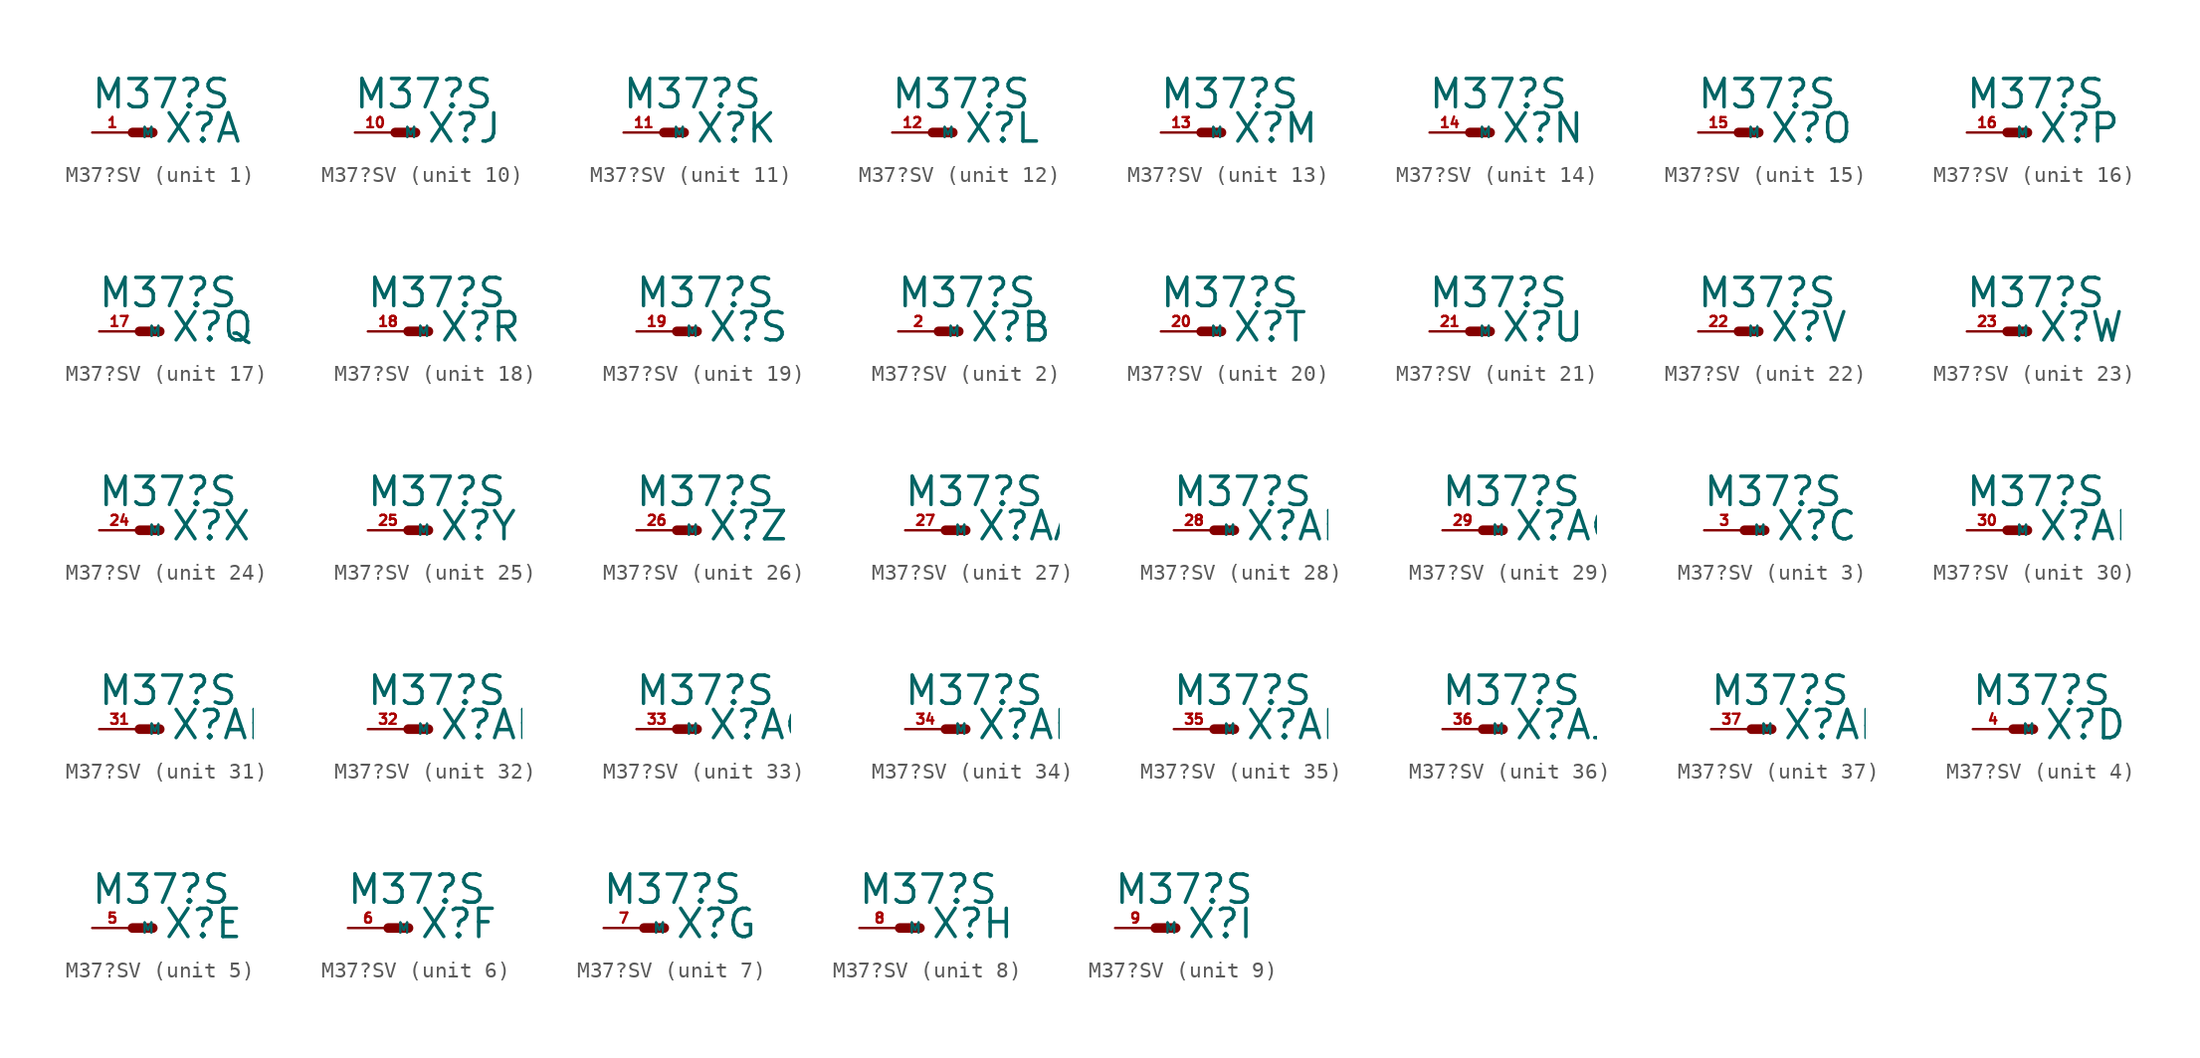
<source format=kicad_sym>
(kicad_symbol_lib
  (version 20220914)
  (generator Eagle2Kicad)
  (symbol "M37?SV"
    (property "Reference" "X"
      (at 1.905 -0.762 0)
      (effects (font (size 1.778 1.778) (thickness 0.22)) (justify left bottom)))
    (property "Value" "M37?S"
      (at -2.667 1.397 0)
      (effects (font (size 1.778 1.778) (thickness 0.22)) (justify left bottom)))
    (symbol "M37?SV_1_0"
      (polyline (pts (xy 0 0) (xy 1.27 0)) (stroke (width 0.61) (type default)) (fill (type none)))
      (pin passive line (at -2.54 0 0) (length 2.54) (name "M" (effects (font (size 0.635 0.635) (thickness 0.08)) (justify left bottom))) (number "1" (effects (font (size 0.635 0.635) (thickness 0.08)) (justify left bottom)))))
    (symbol "M37?SV_2_0"
      (polyline (pts (xy 0 0) (xy 1.27 0)) (stroke (width 0.61) (type default)) (fill (type none)))
      (pin passive line (at -2.54 0 0) (length 2.54) (name "M" (effects (font (size 0.635 0.635) (thickness 0.08)) (justify left bottom))) (number "2" (effects (font (size 0.635 0.635) (thickness 0.08)) (justify left bottom)))))
    (symbol "M37?SV_3_0"
      (polyline (pts (xy 0 0) (xy 1.27 0)) (stroke (width 0.61) (type default)) (fill (type none)))
      (pin passive line (at -2.54 0 0) (length 2.54) (name "M" (effects (font (size 0.635 0.635) (thickness 0.08)) (justify left bottom))) (number "3" (effects (font (size 0.635 0.635) (thickness 0.08)) (justify left bottom)))))
    (symbol "M37?SV_4_0"
      (polyline (pts (xy 0 0) (xy 1.27 0)) (stroke (width 0.61) (type default)) (fill (type none)))
      (pin passive line (at -2.54 0 0) (length 2.54) (name "M" (effects (font (size 0.635 0.635) (thickness 0.08)) (justify left bottom))) (number "4" (effects (font (size 0.635 0.635) (thickness 0.08)) (justify left bottom)))))
    (symbol "M37?SV_5_0"
      (polyline (pts (xy 0 0) (xy 1.27 0)) (stroke (width 0.61) (type default)) (fill (type none)))
      (pin passive line (at -2.54 0 0) (length 2.54) (name "M" (effects (font (size 0.635 0.635) (thickness 0.08)) (justify left bottom))) (number "5" (effects (font (size 0.635 0.635) (thickness 0.08)) (justify left bottom)))))
    (symbol "M37?SV_6_0"
      (polyline (pts (xy 0 0) (xy 1.27 0)) (stroke (width 0.61) (type default)) (fill (type none)))
      (pin passive line (at -2.54 0 0) (length 2.54) (name "M" (effects (font (size 0.635 0.635) (thickness 0.08)) (justify left bottom))) (number "6" (effects (font (size 0.635 0.635) (thickness 0.08)) (justify left bottom)))))
    (symbol "M37?SV_7_0"
      (polyline (pts (xy 0 0) (xy 1.27 0)) (stroke (width 0.61) (type default)) (fill (type none)))
      (pin passive line (at -2.54 0 0) (length 2.54) (name "M" (effects (font (size 0.635 0.635) (thickness 0.08)) (justify left bottom))) (number "7" (effects (font (size 0.635 0.635) (thickness 0.08)) (justify left bottom)))))
    (symbol "M37?SV_8_0"
      (polyline (pts (xy 0 0) (xy 1.27 0)) (stroke (width 0.61) (type default)) (fill (type none)))
      (pin passive line (at -2.54 0 0) (length 2.54) (name "M" (effects (font (size 0.635 0.635) (thickness 0.08)) (justify left bottom))) (number "8" (effects (font (size 0.635 0.635) (thickness 0.08)) (justify left bottom)))))
    (symbol "M37?SV_9_0"
      (polyline (pts (xy 0 0) (xy 1.27 0)) (stroke (width 0.61) (type default)) (fill (type none)))
      (pin passive line (at -2.54 0 0) (length 2.54) (name "M" (effects (font (size 0.635 0.635) (thickness 0.08)) (justify left bottom))) (number "9" (effects (font (size 0.635 0.635) (thickness 0.08)) (justify left bottom)))))
    (symbol "M37?SV_10_0"
      (polyline (pts (xy 0 0) (xy 1.27 0)) (stroke (width 0.61) (type default)) (fill (type none)))
      (pin passive line (at -2.54 0 0) (length 2.54) (name "M" (effects (font (size 0.635 0.635) (thickness 0.08)) (justify left bottom))) (number "10" (effects (font (size 0.635 0.635) (thickness 0.08)) (justify left bottom)))))
    (symbol "M37?SV_11_0"
      (polyline (pts (xy 0 0) (xy 1.27 0)) (stroke (width 0.61) (type default)) (fill (type none)))
      (pin passive line (at -2.54 0 0) (length 2.54) (name "M" (effects (font (size 0.635 0.635) (thickness 0.08)) (justify left bottom))) (number "11" (effects (font (size 0.635 0.635) (thickness 0.08)) (justify left bottom)))))
    (symbol "M37?SV_12_0"
      (polyline (pts (xy 0 0) (xy 1.27 0)) (stroke (width 0.61) (type default)) (fill (type none)))
      (pin passive line (at -2.54 0 0) (length 2.54) (name "M" (effects (font (size 0.635 0.635) (thickness 0.08)) (justify left bottom))) (number "12" (effects (font (size 0.635 0.635) (thickness 0.08)) (justify left bottom)))))
    (symbol "M37?SV_13_0"
      (polyline (pts (xy 0 0) (xy 1.27 0)) (stroke (width 0.61) (type default)) (fill (type none)))
      (pin passive line (at -2.54 0 0) (length 2.54) (name "M" (effects (font (size 0.635 0.635) (thickness 0.08)) (justify left bottom))) (number "13" (effects (font (size 0.635 0.635) (thickness 0.08)) (justify left bottom)))))
    (symbol "M37?SV_14_0"
      (polyline (pts (xy 0 0) (xy 1.27 0)) (stroke (width 0.61) (type default)) (fill (type none)))
      (pin passive line (at -2.54 0 0) (length 2.54) (name "M" (effects (font (size 0.635 0.635) (thickness 0.08)) (justify left bottom))) (number "14" (effects (font (size 0.635 0.635) (thickness 0.08)) (justify left bottom)))))
    (symbol "M37?SV_15_0"
      (polyline (pts (xy 0 0) (xy 1.27 0)) (stroke (width 0.61) (type default)) (fill (type none)))
      (pin passive line (at -2.54 0 0) (length 2.54) (name "M" (effects (font (size 0.635 0.635) (thickness 0.08)) (justify left bottom))) (number "15" (effects (font (size 0.635 0.635) (thickness 0.08)) (justify left bottom)))))
    (symbol "M37?SV_16_0"
      (polyline (pts (xy 0 0) (xy 1.27 0)) (stroke (width 0.61) (type default)) (fill (type none)))
      (pin passive line (at -2.54 0 0) (length 2.54) (name "M" (effects (font (size 0.635 0.635) (thickness 0.08)) (justify left bottom))) (number "16" (effects (font (size 0.635 0.635) (thickness 0.08)) (justify left bottom)))))
    (symbol "M37?SV_17_0"
      (polyline (pts (xy 0 0) (xy 1.27 0)) (stroke (width 0.61) (type default)) (fill (type none)))
      (pin passive line (at -2.54 0 0) (length 2.54) (name "M" (effects (font (size 0.635 0.635) (thickness 0.08)) (justify left bottom))) (number "17" (effects (font (size 0.635 0.635) (thickness 0.08)) (justify left bottom)))))
    (symbol "M37?SV_18_0"
      (polyline (pts (xy 0 0) (xy 1.27 0)) (stroke (width 0.61) (type default)) (fill (type none)))
      (pin passive line (at -2.54 0 0) (length 2.54) (name "M" (effects (font (size 0.635 0.635) (thickness 0.08)) (justify left bottom))) (number "18" (effects (font (size 0.635 0.635) (thickness 0.08)) (justify left bottom)))))
    (symbol "M37?SV_19_0"
      (polyline (pts (xy 0 0) (xy 1.27 0)) (stroke (width 0.61) (type default)) (fill (type none)))
      (pin passive line (at -2.54 0 0) (length 2.54) (name "M" (effects (font (size 0.635 0.635) (thickness 0.08)) (justify left bottom))) (number "19" (effects (font (size 0.635 0.635) (thickness 0.08)) (justify left bottom)))))
    (symbol "M37?SV_20_0"
      (polyline (pts (xy 0 0) (xy 1.27 0)) (stroke (width 0.61) (type default)) (fill (type none)))
      (pin passive line (at -2.54 0 0) (length 2.54) (name "M" (effects (font (size 0.635 0.635) (thickness 0.08)) (justify left bottom))) (number "20" (effects (font (size 0.635 0.635) (thickness 0.08)) (justify left bottom)))))
    (symbol "M37?SV_21_0"
      (polyline (pts (xy 0 0) (xy 1.27 0)) (stroke (width 0.61) (type default)) (fill (type none)))
      (pin passive line (at -2.54 0 0) (length 2.54) (name "M" (effects (font (size 0.635 0.635) (thickness 0.08)) (justify left bottom))) (number "21" (effects (font (size 0.635 0.635) (thickness 0.08)) (justify left bottom)))))
    (symbol "M37?SV_22_0"
      (polyline (pts (xy 0 0) (xy 1.27 0)) (stroke (width 0.61) (type default)) (fill (type none)))
      (pin passive line (at -2.54 0 0) (length 2.54) (name "M" (effects (font (size 0.635 0.635) (thickness 0.08)) (justify left bottom))) (number "22" (effects (font (size 0.635 0.635) (thickness 0.08)) (justify left bottom)))))
    (symbol "M37?SV_23_0"
      (polyline (pts (xy 0 0) (xy 1.27 0)) (stroke (width 0.61) (type default)) (fill (type none)))
      (pin passive line (at -2.54 0 0) (length 2.54) (name "M" (effects (font (size 0.635 0.635) (thickness 0.08)) (justify left bottom))) (number "23" (effects (font (size 0.635 0.635) (thickness 0.08)) (justify left bottom)))))
    (symbol "M37?SV_24_0"
      (polyline (pts (xy 0 0) (xy 1.27 0)) (stroke (width 0.61) (type default)) (fill (type none)))
      (pin passive line (at -2.54 0 0) (length 2.54) (name "M" (effects (font (size 0.635 0.635) (thickness 0.08)) (justify left bottom))) (number "24" (effects (font (size 0.635 0.635) (thickness 0.08)) (justify left bottom)))))
    (symbol "M37?SV_25_0"
      (polyline (pts (xy 0 0) (xy 1.27 0)) (stroke (width 0.61) (type default)) (fill (type none)))
      (pin passive line (at -2.54 0 0) (length 2.54) (name "M" (effects (font (size 0.635 0.635) (thickness 0.08)) (justify left bottom))) (number "25" (effects (font (size 0.635 0.635) (thickness 0.08)) (justify left bottom)))))
    (symbol "M37?SV_26_0"
      (polyline (pts (xy 0 0) (xy 1.27 0)) (stroke (width 0.61) (type default)) (fill (type none)))
      (pin passive line (at -2.54 0 0) (length 2.54) (name "M" (effects (font (size 0.635 0.635) (thickness 0.08)) (justify left bottom))) (number "26" (effects (font (size 0.635 0.635) (thickness 0.08)) (justify left bottom)))))
    (symbol "M37?SV_27_0"
      (polyline (pts (xy 0 0) (xy 1.27 0)) (stroke (width 0.61) (type default)) (fill (type none)))
      (pin passive line (at -2.54 0 0) (length 2.54) (name "M" (effects (font (size 0.635 0.635) (thickness 0.08)) (justify left bottom))) (number "27" (effects (font (size 0.635 0.635) (thickness 0.08)) (justify left bottom)))))
    (symbol "M37?SV_28_0"
      (polyline (pts (xy 0 0) (xy 1.27 0)) (stroke (width 0.61) (type default)) (fill (type none)))
      (pin passive line (at -2.54 0 0) (length 2.54) (name "M" (effects (font (size 0.635 0.635) (thickness 0.08)) (justify left bottom))) (number "28" (effects (font (size 0.635 0.635) (thickness 0.08)) (justify left bottom)))))
    (symbol "M37?SV_29_0"
      (polyline (pts (xy 0 0) (xy 1.27 0)) (stroke (width 0.61) (type default)) (fill (type none)))
      (pin passive line (at -2.54 0 0) (length 2.54) (name "M" (effects (font (size 0.635 0.635) (thickness 0.08)) (justify left bottom))) (number "29" (effects (font (size 0.635 0.635) (thickness 0.08)) (justify left bottom)))))
    (symbol "M37?SV_30_0"
      (polyline (pts (xy 0 0) (xy 1.27 0)) (stroke (width 0.61) (type default)) (fill (type none)))
      (pin passive line (at -2.54 0 0) (length 2.54) (name "M" (effects (font (size 0.635 0.635) (thickness 0.08)) (justify left bottom))) (number "30" (effects (font (size 0.635 0.635) (thickness 0.08)) (justify left bottom)))))
    (symbol "M37?SV_31_0"
      (polyline (pts (xy 0 0) (xy 1.27 0)) (stroke (width 0.61) (type default)) (fill (type none)))
      (pin passive line (at -2.54 0 0) (length 2.54) (name "M" (effects (font (size 0.635 0.635) (thickness 0.08)) (justify left bottom))) (number "31" (effects (font (size 0.635 0.635) (thickness 0.08)) (justify left bottom)))))
    (symbol "M37?SV_32_0"
      (polyline (pts (xy 0 0) (xy 1.27 0)) (stroke (width 0.61) (type default)) (fill (type none)))
      (pin passive line (at -2.54 0 0) (length 2.54) (name "M" (effects (font (size 0.635 0.635) (thickness 0.08)) (justify left bottom))) (number "32" (effects (font (size 0.635 0.635) (thickness 0.08)) (justify left bottom)))))
    (symbol "M37?SV_33_0"
      (polyline (pts (xy 0 0) (xy 1.27 0)) (stroke (width 0.61) (type default)) (fill (type none)))
      (pin passive line (at -2.54 0 0) (length 2.54) (name "M" (effects (font (size 0.635 0.635) (thickness 0.08)) (justify left bottom))) (number "33" (effects (font (size 0.635 0.635) (thickness 0.08)) (justify left bottom)))))
    (symbol "M37?SV_34_0"
      (polyline (pts (xy 0 0) (xy 1.27 0)) (stroke (width 0.61) (type default)) (fill (type none)))
      (pin passive line (at -2.54 0 0) (length 2.54) (name "M" (effects (font (size 0.635 0.635) (thickness 0.08)) (justify left bottom))) (number "34" (effects (font (size 0.635 0.635) (thickness 0.08)) (justify left bottom)))))
    (symbol "M37?SV_35_0"
      (polyline (pts (xy 0 0) (xy 1.27 0)) (stroke (width 0.61) (type default)) (fill (type none)))
      (pin passive line (at -2.54 0 0) (length 2.54) (name "M" (effects (font (size 0.635 0.635) (thickness 0.08)) (justify left bottom))) (number "35" (effects (font (size 0.635 0.635) (thickness 0.08)) (justify left bottom)))))
    (symbol "M37?SV_36_0"
      (polyline (pts (xy 0 0) (xy 1.27 0)) (stroke (width 0.61) (type default)) (fill (type none)))
      (pin passive line (at -2.54 0 0) (length 2.54) (name "M" (effects (font (size 0.635 0.635) (thickness 0.08)) (justify left bottom))) (number "36" (effects (font (size 0.635 0.635) (thickness 0.08)) (justify left bottom)))))
    (symbol "M37?SV_37_0"
      (polyline (pts (xy 0 0) (xy 1.27 0)) (stroke (width 0.61) (type default)) (fill (type none)))
      (pin passive line (at -2.54 0 0) (length 2.54) (name "M" (effects (font (size 0.635 0.635) (thickness 0.08)) (justify left bottom))) (number "37" (effects (font (size 0.635 0.635) (thickness 0.08)) (justify left bottom)))))))
</source>
